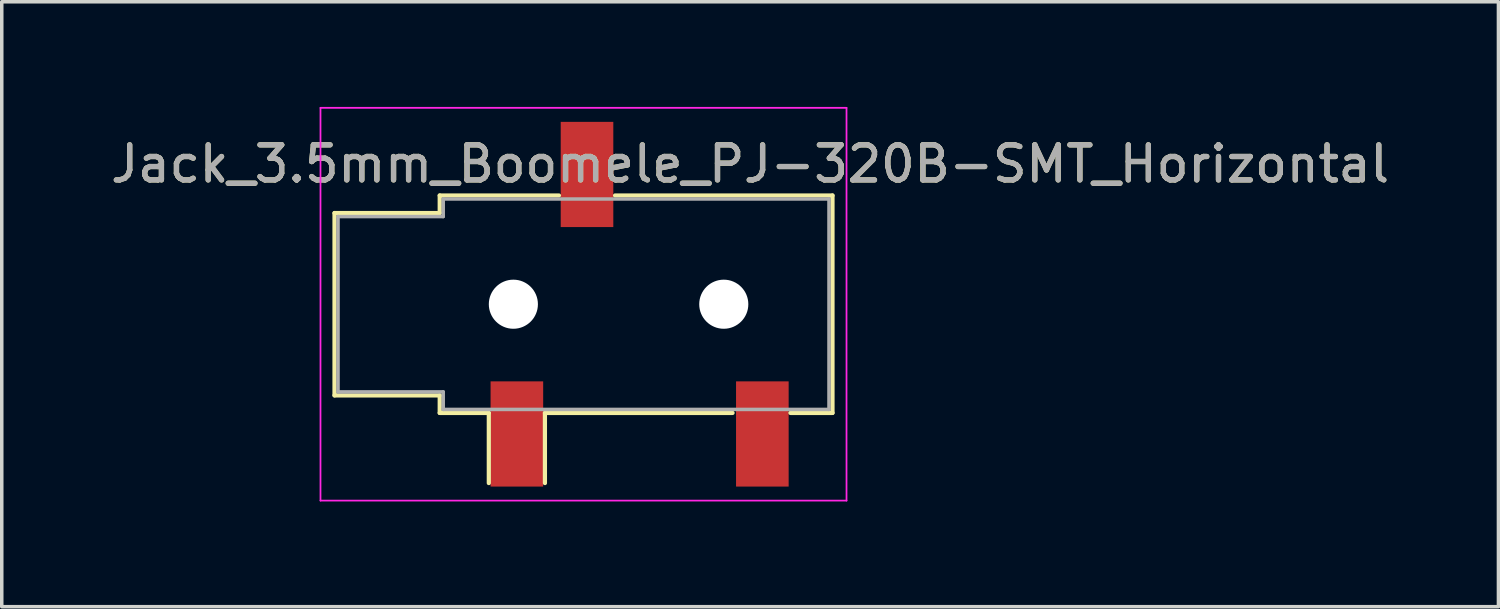
<source format=kicad_pcb>
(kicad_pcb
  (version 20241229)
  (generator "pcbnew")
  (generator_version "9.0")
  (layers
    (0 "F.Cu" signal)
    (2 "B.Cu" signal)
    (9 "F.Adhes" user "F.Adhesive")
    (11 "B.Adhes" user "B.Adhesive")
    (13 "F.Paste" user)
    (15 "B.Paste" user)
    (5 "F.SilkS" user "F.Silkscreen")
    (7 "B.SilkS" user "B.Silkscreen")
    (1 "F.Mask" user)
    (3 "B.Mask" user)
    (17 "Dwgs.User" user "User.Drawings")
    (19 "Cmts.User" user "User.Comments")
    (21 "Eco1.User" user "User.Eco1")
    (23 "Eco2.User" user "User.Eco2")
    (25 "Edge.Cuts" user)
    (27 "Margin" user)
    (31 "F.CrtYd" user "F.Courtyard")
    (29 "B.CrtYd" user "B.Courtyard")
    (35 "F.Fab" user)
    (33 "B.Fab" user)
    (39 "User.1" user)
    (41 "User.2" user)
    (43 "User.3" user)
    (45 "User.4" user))
  (footprint "Jack_3.5mm_Boomele_PJ-320B-SMT_Horizontal"
    (layer "F.Cu")
    (at 11.589 5.625)
    (property "Reference" "Jack_3.5mm_Boomele_PJ-320B-SMT_Horizontal" (at 6.75 -4 180) (layer "F.SilkS") (effects (font (size 1 1) (thickness 0.15))))
    (attr smd)
    (fp_line (start -5.1 -2.6) (end -2.1 -2.6) (stroke (width 0.12) (type solid)) (layer "F.SilkS"))
    (fp_line (start -5.1 2.6) (end -5.1 -2.6) (stroke (width 0.12) (type solid)) (layer "F.SilkS"))
    (fp_line (start -2.1 -3.1) (end 1.3 -3.1) (stroke (width 0.12) (type solid)) (layer "F.SilkS"))
    (fp_line (start -2.1 -2.6) (end -2.1 -3.1) (stroke (width 0.12) (type solid)) (layer "F.SilkS"))
    (fp_line (start -2.1 2.6) (end -5.1 2.6) (stroke (width 0.12) (type solid)) (layer "F.SilkS"))
    (fp_line (start -2.1 3.1) (end -2.1 2.6) (stroke (width 0.12) (type solid)) (layer "F.SilkS"))
    (fp_line (start -0.7 3.1) (end -2.1 3.1) (stroke (width 0.12) (type solid)) (layer "F.SilkS"))
    (fp_line (start -0.7 3.1) (end -0.7 5.1) (stroke (width 0.12) (type solid)) (layer "F.SilkS"))
    (fp_line (start 0.9 3.1) (end 0.9 5.1) (stroke (width 0.12) (type solid)) (layer "F.SilkS"))
    (fp_line (start 2.9 -3.1) (end 9.1 -3.1) (stroke (width 0.12) (type solid)) (layer "F.SilkS"))
    (fp_line (start 6.25 3.1) (end 0.9 3.1) (stroke (width 0.12) (type solid)) (layer "F.SilkS"))
    (fp_line (start 9.1 -3.1) (end 9.1 3.1) (stroke (width 0.12) (type solid)) (layer "F.SilkS"))
    (fp_line (start 9.1 3.1) (end 7.9 3.1) (stroke (width 0.12) (type solid)) (layer "F.SilkS"))
    (fp_line (start -5.5 -5.6) (end 9.5 -5.6) (stroke (width 0.05) (type solid)) (layer "F.CrtYd"))
    (fp_line (start -5.5 5.6) (end -5.5 -5.6) (stroke (width 0.05) (type solid)) (layer "F.CrtYd"))
    (fp_line (start 9.5 -5.6) (end 9.5 5.6) (stroke (width 0.05) (type solid)) (layer "F.CrtYd"))
    (fp_line (start 9.5 5.6) (end -5.5 5.6) (stroke (width 0.05) (type solid)) (layer "F.CrtYd"))
    (fp_line (start -5 -2.5) (end -2 -2.5) (stroke (width 0.1) (type solid)) (layer "F.Fab"))
    (fp_line (start -5 2.5) (end -5 -2.5) (stroke (width 0.1) (type solid)) (layer "F.Fab"))
    (fp_line (start -2 -3) (end 9 -3) (stroke (width 0.1) (type solid)) (layer "F.Fab"))
    (fp_line (start -2 -2.5) (end -2 -3) (stroke (width 0.1) (type solid)) (layer "F.Fab"))
    (fp_line (start -2 2.5) (end -5 2.5) (stroke (width 0.1) (type solid)) (layer "F.Fab"))
    (fp_line (start -2 3) (end -2 2.5) (stroke (width 0.1) (type solid)) (layer "F.Fab"))
    (fp_line (start 9 -3) (end 9 3) (stroke (width 0.1) (type solid)) (layer "F.Fab"))
    (fp_line (start 9 3) (end -2 3) (stroke (width 0.1) (type solid)) (layer "F.Fab"))
    (fp_text user "${REFERENCE}" (at 6.75 -4 180) (layer "F.Fab") (effects (font (size 1 1) (thickness 0.15))))
    (pad "" np_thru_hole circle (at 0 0 90) (size 1.4 1.4) (drill 1.4) (layers "*.Cu" "*.Mask"))
    (pad "" np_thru_hole circle (at 6 0 90) (size 1.4 1.4) (drill 1.4) (layers "*.Cu" "*.Mask"))
    (pad "G" smd rect (at 0.1 3.7 90) (size 3 1.5) (layers "F.Cu" "F.Mask" "F.Paste"))
    (pad "S" smd rect (at 2.1 -3.7 90) (size 3 1.5) (layers "F.Cu" "F.Mask" "F.Paste"))
    (pad "T" smd rect (at 7.1 3.7 90) (size 3 1.5) (layers "F.Cu" "F.Mask" "F.Paste")))
  (gr_rect
    (start -3 -3)
    (end 39.679 14.25)
    (stroke (width 0.1) (type default))
    (fill no)
    (layer "Edge.Cuts")))
</source>
